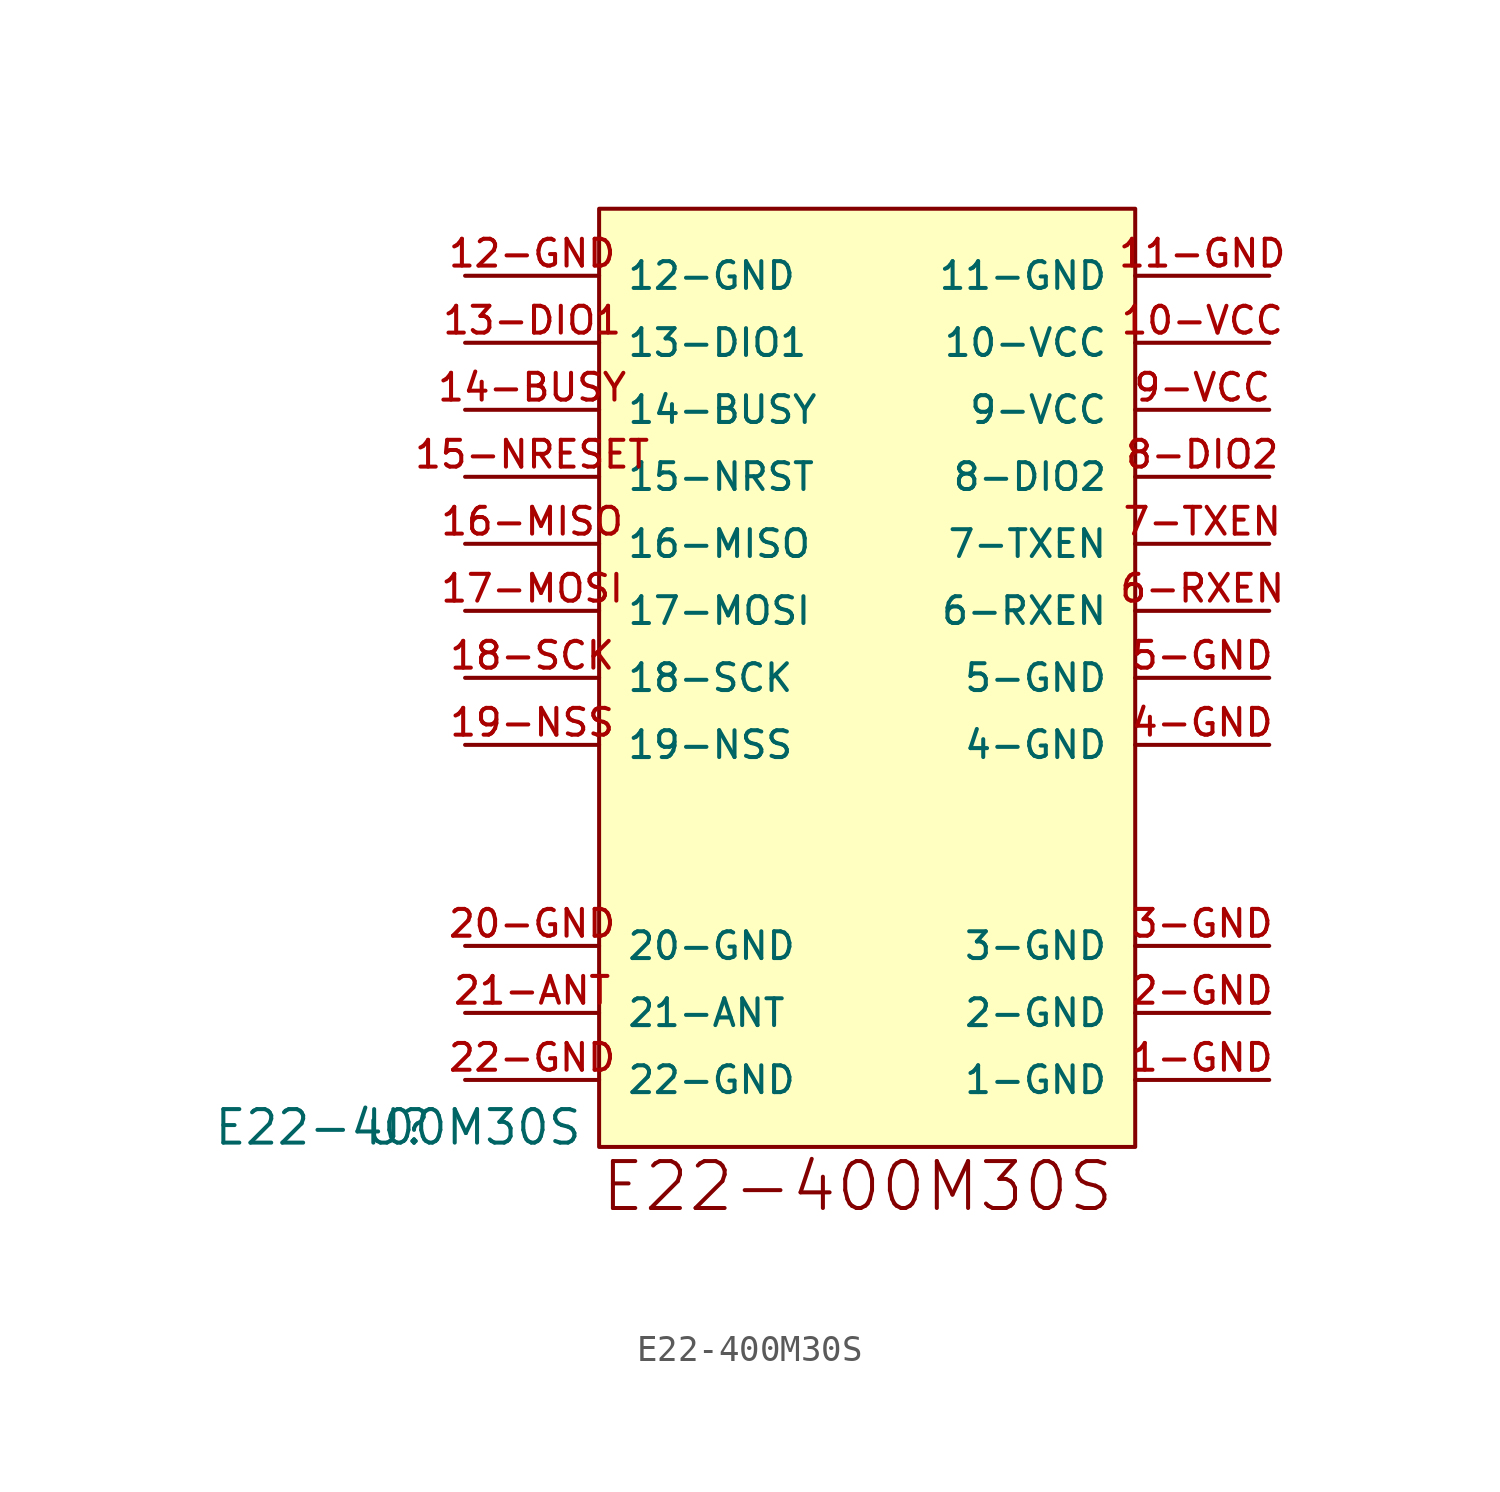
<source format=kicad_sym>
(kicad_symbol_lib
  (version 20211014)
  (generator kicad_symbol_editor)
  (symbol "E22-400M30S"
    (pin_names
      (offset 1.016))
    (property "Reference" "U"
      (at 0 0 0)
      (effects (font (size 1.27 1.27)) (justify bottom)))
    (property "Value" "E22-400M30S"
      (at 0 0.0 0)
      (effects (font (size 1.27 1.27)) (justify bottom)))
    (symbol "E22-400M30S_0_0"
      (text "E22-400M30S" (at 7.62 -2.54 0) (effects (font (size 1.778 1.778)) (justify bottom left)))
      (rectangle (start 7.62 0.0) (end 27.94 35.56) (stroke (width 0.152)) (fill (type background)))
      (pin bidirectional line (at 2.54 2.54 0) (length 5.08) (name "22-GND" (effects (font (size 1.016 1.016)))) (number "22-GND" (effects (font (size 1.016 1.016)))))
      (pin bidirectional line (at 2.54 5.08 0) (length 5.08) (name "21-ANT" (effects (font (size 1.016 1.016)))) (number "21-ANT" (effects (font (size 1.016 1.016)))))
      (pin bidirectional line (at 2.54 7.62 0) (length 5.08) (name "20-GND" (effects (font (size 1.016 1.016)))) (number "20-GND" (effects (font (size 1.016 1.016)))))
      (pin bidirectional line (at 2.54 15.24 0) (length 5.08) (name "19-NSS" (effects (font (size 1.016 1.016)))) (number "19-NSS" (effects (font (size 1.016 1.016)))))
      (pin bidirectional line (at 2.54 17.78 0) (length 5.08) (name "18-SCK" (effects (font (size 1.016 1.016)))) (number "18-SCK" (effects (font (size 1.016 1.016)))))
      (pin bidirectional line (at 2.54 20.32 0) (length 5.08) (name "17-MOSI" (effects (font (size 1.016 1.016)))) (number "17-MOSI" (effects (font (size 1.016 1.016)))))
      (pin bidirectional line (at 2.54 22.86 0) (length 5.08) (name "16-MISO" (effects (font (size 1.016 1.016)))) (number "16-MISO" (effects (font (size 1.016 1.016)))))
      (pin bidirectional line (at 2.54 25.4 0) (length 5.08) (name "15-NRST" (effects (font (size 1.016 1.016)))) (number "15-NRESET" (effects (font (size 1.016 1.016)))))
      (pin bidirectional line (at 2.54 27.94 0) (length 5.08) (name "14-BUSY" (effects (font (size 1.016 1.016)))) (number "14-BUSY" (effects (font (size 1.016 1.016)))))
      (pin bidirectional line (at 2.54 30.48 0) (length 5.08) (name "13-DIO1" (effects (font (size 1.016 1.016)))) (number "13-DIO1" (effects (font (size 1.016 1.016)))))
      (pin bidirectional line (at 2.54 33.02 0) (length 5.08) (name "12-GND" (effects (font (size 1.016 1.016)))) (number "12-GND" (effects (font (size 1.016 1.016)))))
      (pin bidirectional line (at 33.02 33.02 180.0) (length 5.08) (name "11-GND" (effects (font (size 1.016 1.016)))) (number "11-GND" (effects (font (size 1.016 1.016)))))
      (pin bidirectional line (at 33.02 30.48 180.0) (length 5.08) (name "10-VCC" (effects (font (size 1.016 1.016)))) (number "10-VCC" (effects (font (size 1.016 1.016)))))
      (pin bidirectional line (at 33.02 27.94 180.0) (length 5.08) (name "9-VCC" (effects (font (size 1.016 1.016)))) (number "9-VCC" (effects (font (size 1.016 1.016)))))
      (pin bidirectional line (at 33.02 25.4 180.0) (length 5.08) (name "8-DIO2" (effects (font (size 1.016 1.016)))) (number "8-DIO2" (effects (font (size 1.016 1.016)))))
      (pin bidirectional line (at 33.02 22.86 180.0) (length 5.08) (name "7-TXEN" (effects (font (size 1.016 1.016)))) (number "7-TXEN" (effects (font (size 1.016 1.016)))))
      (pin bidirectional line (at 33.02 20.32 180.0) (length 5.08) (name "6-RXEN" (effects (font (size 1.016 1.016)))) (number "6-RXEN" (effects (font (size 1.016 1.016)))))
      (pin bidirectional line (at 33.02 17.78 180.0) (length 5.08) (name "5-GND" (effects (font (size 1.016 1.016)))) (number "5-GND" (effects (font (size 1.016 1.016)))))
      (pin bidirectional line (at 33.02 15.24 180.0) (length 5.08) (name "4-GND" (effects (font (size 1.016 1.016)))) (number "4-GND" (effects (font (size 1.016 1.016)))))
      (pin bidirectional line (at 33.02 7.62 180.0) (length 5.08) (name "3-GND" (effects (font (size 1.016 1.016)))) (number "3-GND" (effects (font (size 1.016 1.016)))))
      (pin bidirectional line (at 33.02 5.08 180.0) (length 5.08) (name "2-GND" (effects (font (size 1.016 1.016)))) (number "2-GND" (effects (font (size 1.016 1.016)))))
      (pin bidirectional line (at 33.02 2.54 180.0) (length 5.08) (name "1-GND" (effects (font (size 1.016 1.016)))) (number "1-GND" (effects (font (size 1.016 1.016))))))))
</source>
